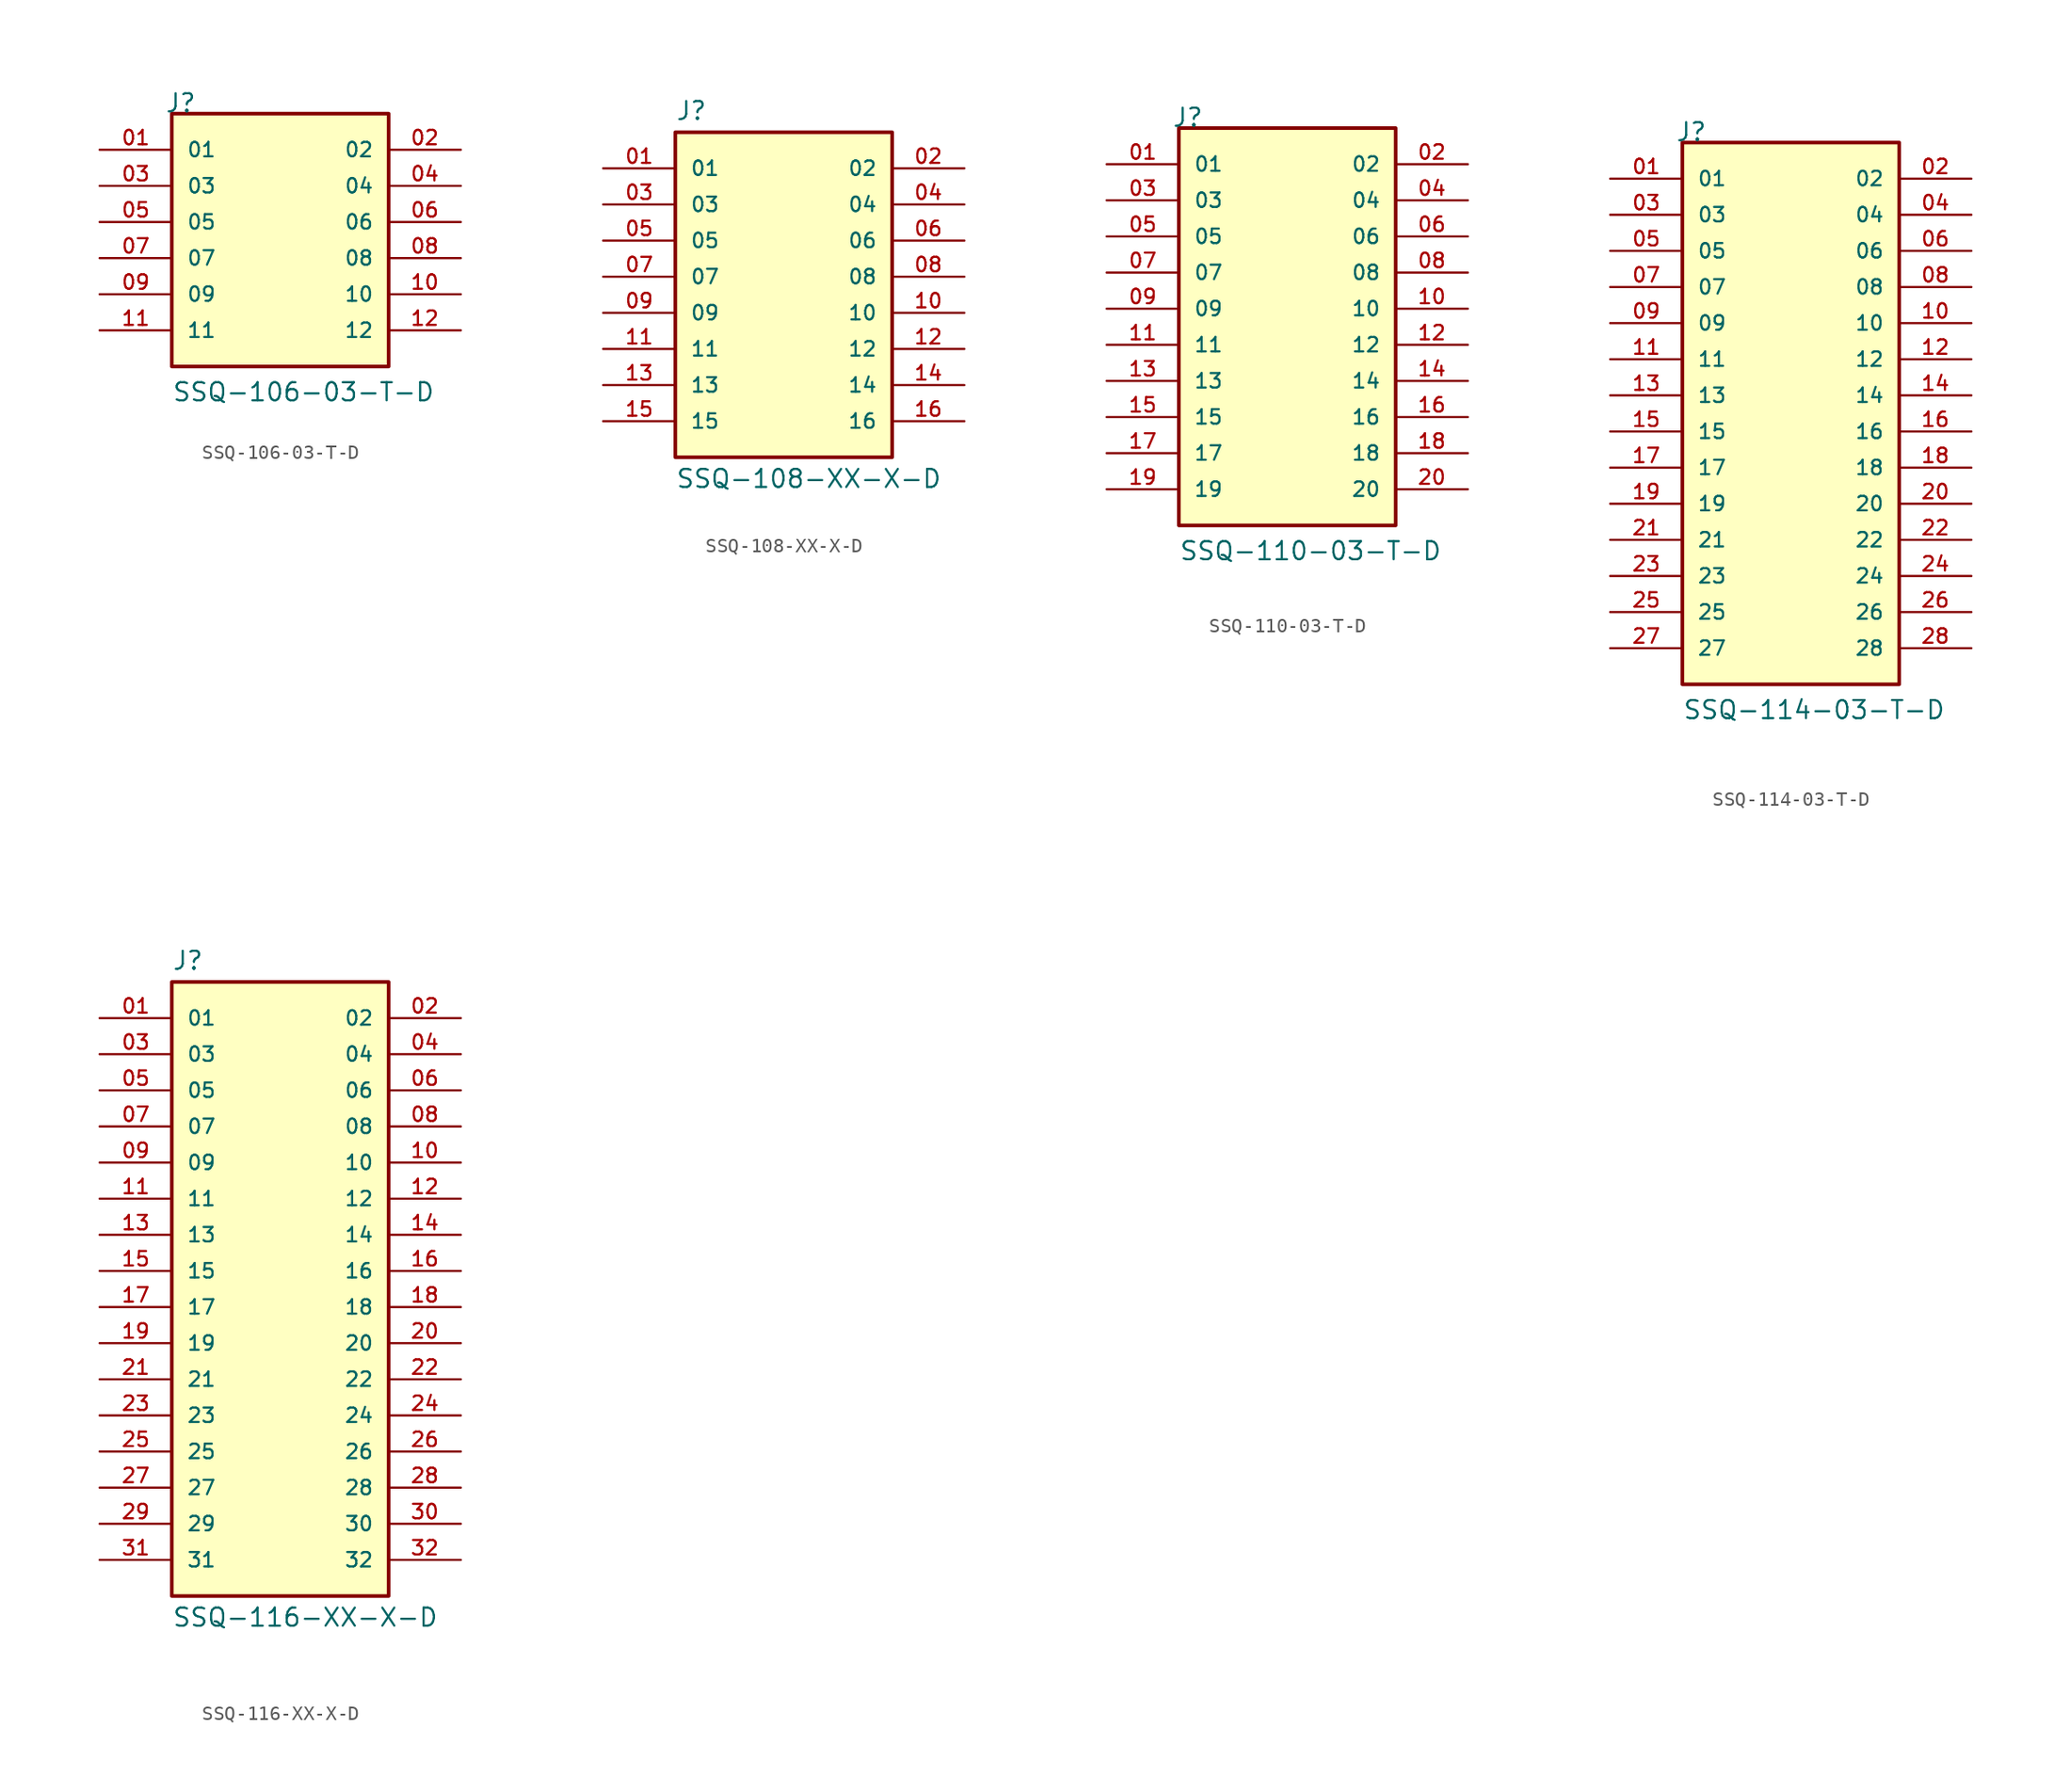
<source format=kicad_sym>
(kicad_symbol_lib
  (version 20211014)
  (generator kicad_symbol_editor)
  (symbol "SSQ-106-03-T-D"
    (pin_names
      (offset 1.016))
    (property "Reference" "J"
      (at -8.12 10.16 0)
      (effects (font (size 1.27 1.27)) (justify bottom left)))
    (property "Value" "SSQ-106-03-T-D"
      (at -7.62 -10.16 0)
      (effects (font (size 1.27 1.27)) (justify bottom left)))
    (symbol "SSQ-106-03-T-D_0_0"
      (rectangle (start -7.62 -7.62) (end 7.62 10.16) (stroke (width 0.254)) (fill (type background)))
      (pin passive line (at -12.7 7.62 0) (length 5.08) (name "01" (effects (font (size 1.016 1.016)))) (number "01" (effects (font (size 1.016 1.016)))))
      (pin passive line (at 12.7 7.62 180.0) (length 5.08) (name "02" (effects (font (size 1.016 1.016)))) (number "02" (effects (font (size 1.016 1.016)))))
      (pin passive line (at -12.7 5.08 0) (length 5.08) (name "03" (effects (font (size 1.016 1.016)))) (number "03" (effects (font (size 1.016 1.016)))))
      (pin passive line (at 12.7 5.08 180.0) (length 5.08) (name "04" (effects (font (size 1.016 1.016)))) (number "04" (effects (font (size 1.016 1.016)))))
      (pin passive line (at -12.7 2.54 0) (length 5.08) (name "05" (effects (font (size 1.016 1.016)))) (number "05" (effects (font (size 1.016 1.016)))))
      (pin passive line (at 12.7 2.54 180.0) (length 5.08) (name "06" (effects (font (size 1.016 1.016)))) (number "06" (effects (font (size 1.016 1.016)))))
      (pin passive line (at -12.7 0.0 0) (length 5.08) (name "07" (effects (font (size 1.016 1.016)))) (number "07" (effects (font (size 1.016 1.016)))))
      (pin passive line (at 12.7 0.0 180.0) (length 5.08) (name "08" (effects (font (size 1.016 1.016)))) (number "08" (effects (font (size 1.016 1.016)))))
      (pin passive line (at -12.7 -2.54 0) (length 5.08) (name "09" (effects (font (size 1.016 1.016)))) (number "09" (effects (font (size 1.016 1.016)))))
      (pin passive line (at 12.7 -2.54 180.0) (length 5.08) (name "10" (effects (font (size 1.016 1.016)))) (number "10" (effects (font (size 1.016 1.016)))))
      (pin passive line (at -12.7 -5.08 0) (length 5.08) (name "11" (effects (font (size 1.016 1.016)))) (number "11" (effects (font (size 1.016 1.016)))))
      (pin passive line (at 12.7 -5.08 180.0) (length 5.08) (name "12" (effects (font (size 1.016 1.016)))) (number "12" (effects (font (size 1.016 1.016)))))))
  (symbol "SSQ-108-XX-X-D"
    (pin_names
      (offset 1.016))
    (property "Reference" "J"
      (at -7.62 10.922 0)
      (effects (font (size 1.27 1.27)) (justify bottom left)))
    (property "Value" "SSQ-108-XX-X-D"
      (at -7.62 -13.462 0)
      (effects (font (size 1.27 1.27)) (justify top left)))
    (symbol "SSQ-108-XX-X-D_0_0"
      (rectangle (start -7.62 -12.7) (end 7.62 10.16) (stroke (width 0.254)) (fill (type background)))
      (pin passive line (at -12.7 7.62 0) (length 5.08) (name "01" (effects (font (size 1.016 1.016)))) (number "01" (effects (font (size 1.016 1.016)))))
      (pin passive line (at 12.7 7.62 180.0) (length 5.08) (name "02" (effects (font (size 1.016 1.016)))) (number "02" (effects (font (size 1.016 1.016)))))
      (pin passive line (at -12.7 5.08 0) (length 5.08) (name "03" (effects (font (size 1.016 1.016)))) (number "03" (effects (font (size 1.016 1.016)))))
      (pin passive line (at 12.7 5.08 180.0) (length 5.08) (name "04" (effects (font (size 1.016 1.016)))) (number "04" (effects (font (size 1.016 1.016)))))
      (pin passive line (at -12.7 2.54 0) (length 5.08) (name "05" (effects (font (size 1.016 1.016)))) (number "05" (effects (font (size 1.016 1.016)))))
      (pin passive line (at 12.7 2.54 180.0) (length 5.08) (name "06" (effects (font (size 1.016 1.016)))) (number "06" (effects (font (size 1.016 1.016)))))
      (pin passive line (at -12.7 0.0 0) (length 5.08) (name "07" (effects (font (size 1.016 1.016)))) (number "07" (effects (font (size 1.016 1.016)))))
      (pin passive line (at 12.7 0.0 180.0) (length 5.08) (name "08" (effects (font (size 1.016 1.016)))) (number "08" (effects (font (size 1.016 1.016)))))
      (pin passive line (at -12.7 -2.54 0) (length 5.08) (name "09" (effects (font (size 1.016 1.016)))) (number "09" (effects (font (size 1.016 1.016)))))
      (pin passive line (at 12.7 -2.54 180.0) (length 5.08) (name "10" (effects (font (size 1.016 1.016)))) (number "10" (effects (font (size 1.016 1.016)))))
      (pin passive line (at -12.7 -5.08 0) (length 5.08) (name "11" (effects (font (size 1.016 1.016)))) (number "11" (effects (font (size 1.016 1.016)))))
      (pin passive line (at 12.7 -5.08 180.0) (length 5.08) (name "12" (effects (font (size 1.016 1.016)))) (number "12" (effects (font (size 1.016 1.016)))))
      (pin passive line (at -12.7 -7.62 0) (length 5.08) (name "13" (effects (font (size 1.016 1.016)))) (number "13" (effects (font (size 1.016 1.016)))))
      (pin passive line (at 12.7 -7.62 180.0) (length 5.08) (name "14" (effects (font (size 1.016 1.016)))) (number "14" (effects (font (size 1.016 1.016)))))
      (pin passive line (at -12.7 -10.16 0) (length 5.08) (name "15" (effects (font (size 1.016 1.016)))) (number "15" (effects (font (size 1.016 1.016)))))
      (pin passive line (at 12.7 -10.16 180.0) (length 5.08) (name "16" (effects (font (size 1.016 1.016)))) (number "16" (effects (font (size 1.016 1.016)))))))
  (symbol "SSQ-110-03-T-D"
    (pin_names
      (offset 1.016))
    (property "Reference" "J"
      (at -8.12 15.24 0)
      (effects (font (size 1.27 1.27)) (justify bottom left)))
    (property "Value" "SSQ-110-03-T-D"
      (at -7.62 -15.24 0)
      (effects (font (size 1.27 1.27)) (justify bottom left)))
    (symbol "SSQ-110-03-T-D_0_0"
      (rectangle (start -7.62 -12.7) (end 7.62 15.24) (stroke (width 0.254)) (fill (type background)))
      (pin passive line (at -12.7 12.7 0) (length 5.08) (name "01" (effects (font (size 1.016 1.016)))) (number "01" (effects (font (size 1.016 1.016)))))
      (pin passive line (at 12.7 12.7 180.0) (length 5.08) (name "02" (effects (font (size 1.016 1.016)))) (number "02" (effects (font (size 1.016 1.016)))))
      (pin passive line (at -12.7 10.16 0) (length 5.08) (name "03" (effects (font (size 1.016 1.016)))) (number "03" (effects (font (size 1.016 1.016)))))
      (pin passive line (at 12.7 10.16 180.0) (length 5.08) (name "04" (effects (font (size 1.016 1.016)))) (number "04" (effects (font (size 1.016 1.016)))))
      (pin passive line (at -12.7 7.62 0) (length 5.08) (name "05" (effects (font (size 1.016 1.016)))) (number "05" (effects (font (size 1.016 1.016)))))
      (pin passive line (at 12.7 7.62 180.0) (length 5.08) (name "06" (effects (font (size 1.016 1.016)))) (number "06" (effects (font (size 1.016 1.016)))))
      (pin passive line (at -12.7 5.08 0) (length 5.08) (name "07" (effects (font (size 1.016 1.016)))) (number "07" (effects (font (size 1.016 1.016)))))
      (pin passive line (at 12.7 5.08 180.0) (length 5.08) (name "08" (effects (font (size 1.016 1.016)))) (number "08" (effects (font (size 1.016 1.016)))))
      (pin passive line (at -12.7 2.54 0) (length 5.08) (name "09" (effects (font (size 1.016 1.016)))) (number "09" (effects (font (size 1.016 1.016)))))
      (pin passive line (at 12.7 2.54 180.0) (length 5.08) (name "10" (effects (font (size 1.016 1.016)))) (number "10" (effects (font (size 1.016 1.016)))))
      (pin passive line (at -12.7 0.0 0) (length 5.08) (name "11" (effects (font (size 1.016 1.016)))) (number "11" (effects (font (size 1.016 1.016)))))
      (pin passive line (at 12.7 0.0 180.0) (length 5.08) (name "12" (effects (font (size 1.016 1.016)))) (number "12" (effects (font (size 1.016 1.016)))))
      (pin passive line (at -12.7 -2.54 0) (length 5.08) (name "13" (effects (font (size 1.016 1.016)))) (number "13" (effects (font (size 1.016 1.016)))))
      (pin passive line (at 12.7 -2.54 180.0) (length 5.08) (name "14" (effects (font (size 1.016 1.016)))) (number "14" (effects (font (size 1.016 1.016)))))
      (pin passive line (at -12.7 -5.08 0) (length 5.08) (name "15" (effects (font (size 1.016 1.016)))) (number "15" (effects (font (size 1.016 1.016)))))
      (pin passive line (at 12.7 -5.08 180.0) (length 5.08) (name "16" (effects (font (size 1.016 1.016)))) (number "16" (effects (font (size 1.016 1.016)))))
      (pin passive line (at -12.7 -7.62 0) (length 5.08) (name "17" (effects (font (size 1.016 1.016)))) (number "17" (effects (font (size 1.016 1.016)))))
      (pin passive line (at 12.7 -7.62 180.0) (length 5.08) (name "18" (effects (font (size 1.016 1.016)))) (number "18" (effects (font (size 1.016 1.016)))))
      (pin passive line (at -12.7 -10.16 0) (length 5.08) (name "19" (effects (font (size 1.016 1.016)))) (number "19" (effects (font (size 1.016 1.016)))))
      (pin passive line (at 12.7 -10.16 180.0) (length 5.08) (name "20" (effects (font (size 1.016 1.016)))) (number "20" (effects (font (size 1.016 1.016)))))))
  (symbol "SSQ-114-03-T-D"
    (pin_names
      (offset 1.016))
    (property "Reference" "J"
      (at -8.12 20.32 0)
      (effects (font (size 1.27 1.27)) (justify bottom left)))
    (property "Value" "SSQ-114-03-T-D"
      (at -7.62 -20.32 0)
      (effects (font (size 1.27 1.27)) (justify bottom left)))
    (symbol "SSQ-114-03-T-D_0_0"
      (rectangle (start -7.62 -17.78) (end 7.62 20.32) (stroke (width 0.254)) (fill (type background)))
      (pin passive line (at -12.7 17.78 0) (length 5.08) (name "01" (effects (font (size 1.016 1.016)))) (number "01" (effects (font (size 1.016 1.016)))))
      (pin passive line (at 12.7 17.78 180.0) (length 5.08) (name "02" (effects (font (size 1.016 1.016)))) (number "02" (effects (font (size 1.016 1.016)))))
      (pin passive line (at -12.7 15.24 0) (length 5.08) (name "03" (effects (font (size 1.016 1.016)))) (number "03" (effects (font (size 1.016 1.016)))))
      (pin passive line (at 12.7 15.24 180.0) (length 5.08) (name "04" (effects (font (size 1.016 1.016)))) (number "04" (effects (font (size 1.016 1.016)))))
      (pin passive line (at -12.7 12.7 0) (length 5.08) (name "05" (effects (font (size 1.016 1.016)))) (number "05" (effects (font (size 1.016 1.016)))))
      (pin passive line (at 12.7 12.7 180.0) (length 5.08) (name "06" (effects (font (size 1.016 1.016)))) (number "06" (effects (font (size 1.016 1.016)))))
      (pin passive line (at -12.7 10.16 0) (length 5.08) (name "07" (effects (font (size 1.016 1.016)))) (number "07" (effects (font (size 1.016 1.016)))))
      (pin passive line (at 12.7 10.16 180.0) (length 5.08) (name "08" (effects (font (size 1.016 1.016)))) (number "08" (effects (font (size 1.016 1.016)))))
      (pin passive line (at -12.7 7.62 0) (length 5.08) (name "09" (effects (font (size 1.016 1.016)))) (number "09" (effects (font (size 1.016 1.016)))))
      (pin passive line (at 12.7 7.62 180.0) (length 5.08) (name "10" (effects (font (size 1.016 1.016)))) (number "10" (effects (font (size 1.016 1.016)))))
      (pin passive line (at -12.7 5.08 0) (length 5.08) (name "11" (effects (font (size 1.016 1.016)))) (number "11" (effects (font (size 1.016 1.016)))))
      (pin passive line (at 12.7 5.08 180.0) (length 5.08) (name "12" (effects (font (size 1.016 1.016)))) (number "12" (effects (font (size 1.016 1.016)))))
      (pin passive line (at -12.7 2.54 0) (length 5.08) (name "13" (effects (font (size 1.016 1.016)))) (number "13" (effects (font (size 1.016 1.016)))))
      (pin passive line (at 12.7 2.54 180.0) (length 5.08) (name "14" (effects (font (size 1.016 1.016)))) (number "14" (effects (font (size 1.016 1.016)))))
      (pin passive line (at -12.7 0.0 0) (length 5.08) (name "15" (effects (font (size 1.016 1.016)))) (number "15" (effects (font (size 1.016 1.016)))))
      (pin passive line (at 12.7 0.0 180.0) (length 5.08) (name "16" (effects (font (size 1.016 1.016)))) (number "16" (effects (font (size 1.016 1.016)))))
      (pin passive line (at -12.7 -2.54 0) (length 5.08) (name "17" (effects (font (size 1.016 1.016)))) (number "17" (effects (font (size 1.016 1.016)))))
      (pin passive line (at 12.7 -2.54 180.0) (length 5.08) (name "18" (effects (font (size 1.016 1.016)))) (number "18" (effects (font (size 1.016 1.016)))))
      (pin passive line (at -12.7 -5.08 0) (length 5.08) (name "19" (effects (font (size 1.016 1.016)))) (number "19" (effects (font (size 1.016 1.016)))))
      (pin passive line (at 12.7 -5.08 180.0) (length 5.08) (name "20" (effects (font (size 1.016 1.016)))) (number "20" (effects (font (size 1.016 1.016)))))
      (pin passive line (at -12.7 -7.62 0) (length 5.08) (name "21" (effects (font (size 1.016 1.016)))) (number "21" (effects (font (size 1.016 1.016)))))
      (pin passive line (at 12.7 -7.62 180.0) (length 5.08) (name "22" (effects (font (size 1.016 1.016)))) (number "22" (effects (font (size 1.016 1.016)))))
      (pin passive line (at -12.7 -10.16 0) (length 5.08) (name "23" (effects (font (size 1.016 1.016)))) (number "23" (effects (font (size 1.016 1.016)))))
      (pin passive line (at 12.7 -10.16 180.0) (length 5.08) (name "24" (effects (font (size 1.016 1.016)))) (number "24" (effects (font (size 1.016 1.016)))))
      (pin passive line (at -12.7 -12.7 0) (length 5.08) (name "25" (effects (font (size 1.016 1.016)))) (number "25" (effects (font (size 1.016 1.016)))))
      (pin passive line (at 12.7 -12.7 180.0) (length 5.08) (name "26" (effects (font (size 1.016 1.016)))) (number "26" (effects (font (size 1.016 1.016)))))
      (pin passive line (at -12.7 -15.24 0) (length 5.08) (name "27" (effects (font (size 1.016 1.016)))) (number "27" (effects (font (size 1.016 1.016)))))
      (pin passive line (at 12.7 -15.24 180.0) (length 5.08) (name "28" (effects (font (size 1.016 1.016)))) (number "28" (effects (font (size 1.016 1.016)))))))
  (symbol "SSQ-116-XX-X-D"
    (pin_names
      (offset 1.016))
    (property "Reference" "J"
      (at -7.62 21.082 0)
      (effects (font (size 1.27 1.27)) (justify bottom left)))
    (property "Value" "SSQ-116-XX-X-D"
      (at -7.62 -23.622 0)
      (effects (font (size 1.27 1.27)) (justify top left)))
    (symbol "SSQ-116-XX-X-D_0_0"
      (rectangle (start -7.62 -22.86) (end 7.62 20.32) (stroke (width 0.254)) (fill (type background)))
      (pin passive line (at -12.7 17.78 0) (length 5.08) (name "01" (effects (font (size 1.016 1.016)))) (number "01" (effects (font (size 1.016 1.016)))))
      (pin passive line (at 12.7 17.78 180.0) (length 5.08) (name "02" (effects (font (size 1.016 1.016)))) (number "02" (effects (font (size 1.016 1.016)))))
      (pin passive line (at -12.7 15.24 0) (length 5.08) (name "03" (effects (font (size 1.016 1.016)))) (number "03" (effects (font (size 1.016 1.016)))))
      (pin passive line (at 12.7 15.24 180.0) (length 5.08) (name "04" (effects (font (size 1.016 1.016)))) (number "04" (effects (font (size 1.016 1.016)))))
      (pin passive line (at -12.7 12.7 0) (length 5.08) (name "05" (effects (font (size 1.016 1.016)))) (number "05" (effects (font (size 1.016 1.016)))))
      (pin passive line (at 12.7 12.7 180.0) (length 5.08) (name "06" (effects (font (size 1.016 1.016)))) (number "06" (effects (font (size 1.016 1.016)))))
      (pin passive line (at -12.7 10.16 0) (length 5.08) (name "07" (effects (font (size 1.016 1.016)))) (number "07" (effects (font (size 1.016 1.016)))))
      (pin passive line (at 12.7 10.16 180.0) (length 5.08) (name "08" (effects (font (size 1.016 1.016)))) (number "08" (effects (font (size 1.016 1.016)))))
      (pin passive line (at -12.7 7.62 0) (length 5.08) (name "09" (effects (font (size 1.016 1.016)))) (number "09" (effects (font (size 1.016 1.016)))))
      (pin passive line (at 12.7 7.62 180.0) (length 5.08) (name "10" (effects (font (size 1.016 1.016)))) (number "10" (effects (font (size 1.016 1.016)))))
      (pin passive line (at -12.7 5.08 0) (length 5.08) (name "11" (effects (font (size 1.016 1.016)))) (number "11" (effects (font (size 1.016 1.016)))))
      (pin passive line (at 12.7 5.08 180.0) (length 5.08) (name "12" (effects (font (size 1.016 1.016)))) (number "12" (effects (font (size 1.016 1.016)))))
      (pin passive line (at -12.7 2.54 0) (length 5.08) (name "13" (effects (font (size 1.016 1.016)))) (number "13" (effects (font (size 1.016 1.016)))))
      (pin passive line (at 12.7 2.54 180.0) (length 5.08) (name "14" (effects (font (size 1.016 1.016)))) (number "14" (effects (font (size 1.016 1.016)))))
      (pin passive line (at -12.7 0.0 0) (length 5.08) (name "15" (effects (font (size 1.016 1.016)))) (number "15" (effects (font (size 1.016 1.016)))))
      (pin passive line (at 12.7 0.0 180.0) (length 5.08) (name "16" (effects (font (size 1.016 1.016)))) (number "16" (effects (font (size 1.016 1.016)))))
      (pin passive line (at -12.7 -2.54 0) (length 5.08) (name "17" (effects (font (size 1.016 1.016)))) (number "17" (effects (font (size 1.016 1.016)))))
      (pin passive line (at 12.7 -2.54 180.0) (length 5.08) (name "18" (effects (font (size 1.016 1.016)))) (number "18" (effects (font (size 1.016 1.016)))))
      (pin passive line (at -12.7 -5.08 0) (length 5.08) (name "19" (effects (font (size 1.016 1.016)))) (number "19" (effects (font (size 1.016 1.016)))))
      (pin passive line (at 12.7 -5.08 180.0) (length 5.08) (name "20" (effects (font (size 1.016 1.016)))) (number "20" (effects (font (size 1.016 1.016)))))
      (pin passive line (at -12.7 -7.62 0) (length 5.08) (name "21" (effects (font (size 1.016 1.016)))) (number "21" (effects (font (size 1.016 1.016)))))
      (pin passive line (at 12.7 -7.62 180.0) (length 5.08) (name "22" (effects (font (size 1.016 1.016)))) (number "22" (effects (font (size 1.016 1.016)))))
      (pin passive line (at -12.7 -10.16 0) (length 5.08) (name "23" (effects (font (size 1.016 1.016)))) (number "23" (effects (font (size 1.016 1.016)))))
      (pin passive line (at -12.7 -12.7 0) (length 5.08) (name "25" (effects (font (size 1.016 1.016)))) (number "25" (effects (font (size 1.016 1.016)))))
      (pin passive line (at -12.7 -15.24 0) (length 5.08) (name "27" (effects (font (size 1.016 1.016)))) (number "27" (effects (font (size 1.016 1.016)))))
      (pin passive line (at -12.7 -17.78 0) (length 5.08) (name "29" (effects (font (size 1.016 1.016)))) (number "29" (effects (font (size 1.016 1.016)))))
      (pin passive line (at -12.7 -20.32 0) (length 5.08) (name "31" (effects (font (size 1.016 1.016)))) (number "31" (effects (font (size 1.016 1.016)))))
      (pin passive line (at 12.7 -20.32 180.0) (length 5.08) (name "32" (effects (font (size 1.016 1.016)))) (number "32" (effects (font (size 1.016 1.016)))))
      (pin passive line (at 12.7 -17.78 180.0) (length 5.08) (name "30" (effects (font (size 1.016 1.016)))) (number "30" (effects (font (size 1.016 1.016)))))
      (pin passive line (at 12.7 -15.24 180.0) (length 5.08) (name "28" (effects (font (size 1.016 1.016)))) (number "28" (effects (font (size 1.016 1.016)))))
      (pin passive line (at 12.7 -12.7 180.0) (length 5.08) (name "26" (effects (font (size 1.016 1.016)))) (number "26" (effects (font (size 1.016 1.016)))))
      (pin passive line (at 12.7 -10.16 180.0) (length 5.08) (name "24" (effects (font (size 1.016 1.016)))) (number "24" (effects (font (size 1.016 1.016))))))))
</source>
